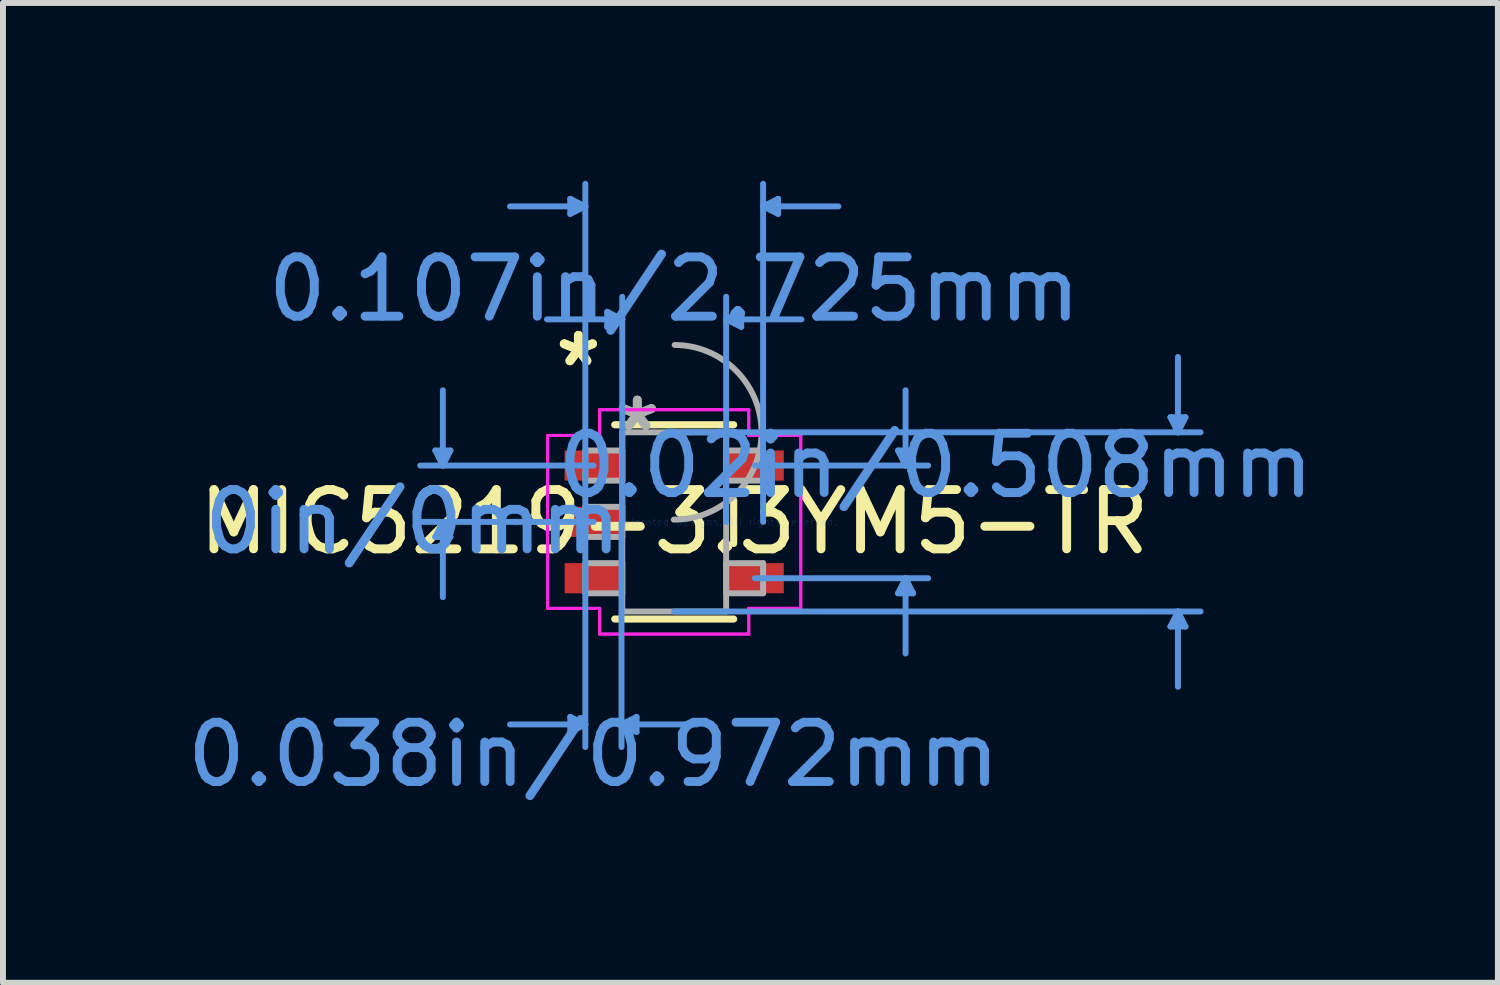
<source format=kicad_pcb>
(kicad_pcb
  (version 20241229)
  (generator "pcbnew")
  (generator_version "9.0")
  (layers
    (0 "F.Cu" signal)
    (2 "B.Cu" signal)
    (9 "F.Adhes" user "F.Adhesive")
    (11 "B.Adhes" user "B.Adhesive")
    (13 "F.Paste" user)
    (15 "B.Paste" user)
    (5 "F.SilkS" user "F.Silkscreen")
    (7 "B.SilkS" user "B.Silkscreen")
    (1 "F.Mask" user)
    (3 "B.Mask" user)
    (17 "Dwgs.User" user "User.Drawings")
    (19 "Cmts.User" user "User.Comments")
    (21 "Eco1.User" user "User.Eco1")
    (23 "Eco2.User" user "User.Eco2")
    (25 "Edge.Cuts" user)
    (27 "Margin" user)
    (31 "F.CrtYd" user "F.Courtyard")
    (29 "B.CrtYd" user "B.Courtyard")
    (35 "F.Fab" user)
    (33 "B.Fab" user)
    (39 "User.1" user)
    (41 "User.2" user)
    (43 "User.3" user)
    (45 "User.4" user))
  (footprint "MIC5219-3.3YM5-TR"
    (layer "F.Cu")
    (at 8.321 5.752)
    (property "Reference" "MIC5219-3.3YM5-TR" (at 0 0 0) (layer "F.SilkS") (effects (font (size 1 1) (thickness 0.15))))
    (attr through_hole)
    (fp_line (start -1.003 1.638) (end 1.003 1.638) (stroke (width 0.12) (type solid)) (layer "F.SilkS"))
    (fp_line (start 1.003 -1.638) (end -1.003 -1.638) (stroke (width 0.12) (type solid)) (layer "F.SilkS"))
    (fp_line (start 1.003 0.363) (end 1.003 -0.363) (stroke (width 0.12) (type solid)) (layer "F.SilkS"))
    (fp_line (start -4.029 -1.204) (end -3.775 -1.204) (stroke (width 0.1) (type solid)) (layer "Cmts.User"))
    (fp_line (start -4.029 0.254) (end -3.775 0.254) (stroke (width 0.1) (type solid)) (layer "Cmts.User"))
    (fp_line (start -3.902 -0.95) (end -4.029 -1.204) (stroke (width 0.1) (type solid)) (layer "Cmts.User"))
    (fp_line (start -3.902 -0.95) (end -3.902 -2.22) (stroke (width 0.1) (type solid)) (layer "Cmts.User"))
    (fp_line (start -3.902 -0.95) (end -3.775 -1.204) (stroke (width 0.1) (type solid)) (layer "Cmts.User"))
    (fp_line (start -3.902 0) (end -4.029 0.254) (stroke (width 0.1) (type solid)) (layer "Cmts.User"))
    (fp_line (start -3.902 0) (end -3.902 1.27) (stroke (width 0.1) (type solid)) (layer "Cmts.User"))
    (fp_line (start -3.902 0) (end -3.775 0.254) (stroke (width 0.1) (type solid)) (layer "Cmts.User"))
    (fp_line (start -1.753 -5.448) (end -1.753 -5.194) (stroke (width 0.1) (type solid)) (layer "Cmts.User"))
    (fp_line (start -1.753 3.289) (end -1.753 3.543) (stroke (width 0.1) (type solid)) (layer "Cmts.User"))
    (fp_line (start -1.499 -5.321) (end -2.769 -5.321) (stroke (width 0.1) (type solid)) (layer "Cmts.User"))
    (fp_line (start -1.499 -5.321) (end -1.753 -5.448) (stroke (width 0.1) (type solid)) (layer "Cmts.User"))
    (fp_line (start -1.499 -5.321) (end -1.753 -5.194) (stroke (width 0.1) (type solid)) (layer "Cmts.User"))
    (fp_line (start -1.499 0) (end -1.499 -5.702) (stroke (width 0.1) (type solid)) (layer "Cmts.User"))
    (fp_line (start -1.499 0) (end -1.499 3.797) (stroke (width 0.1) (type solid)) (layer "Cmts.User"))
    (fp_line (start -1.499 3.416) (end -2.769 3.416) (stroke (width 0.1) (type solid)) (layer "Cmts.User"))
    (fp_line (start -1.499 3.416) (end -1.753 3.289) (stroke (width 0.1) (type solid)) (layer "Cmts.User"))
    (fp_line (start -1.499 3.416) (end -1.753 3.543) (stroke (width 0.1) (type solid)) (layer "Cmts.User"))
    (fp_line (start -1.362 -0.95) (end -4.283 -0.95) (stroke (width 0.1) (type solid)) (layer "Cmts.User"))
    (fp_line (start -1.362 0) (end -4.283 0) (stroke (width 0.1) (type solid)) (layer "Cmts.User"))
    (fp_line (start -1.13 -3.543) (end -1.13 -3.289) (stroke (width 0.1) (type solid)) (layer "Cmts.User"))
    (fp_line (start -0.889 0) (end -0.889 3.797) (stroke (width 0.1) (type solid)) (layer "Cmts.User"))
    (fp_line (start -0.889 3.416) (end -0.635 3.289) (stroke (width 0.1) (type solid)) (layer "Cmts.User"))
    (fp_line (start -0.889 3.416) (end -0.635 3.543) (stroke (width 0.1) (type solid)) (layer "Cmts.User"))
    (fp_line (start -0.889 3.416) (end 0.381 3.416) (stroke (width 0.1) (type solid)) (layer "Cmts.User"))
    (fp_line (start -0.876 -3.416) (end -2.146 -3.416) (stroke (width 0.1) (type solid)) (layer "Cmts.User"))
    (fp_line (start -0.876 -3.416) (end -1.13 -3.543) (stroke (width 0.1) (type solid)) (layer "Cmts.User"))
    (fp_line (start -0.876 -3.416) (end -1.13 -3.289) (stroke (width 0.1) (type solid)) (layer "Cmts.User"))
    (fp_line (start -0.876 0) (end -0.876 -3.797) (stroke (width 0.1) (type solid)) (layer "Cmts.User"))
    (fp_line (start -0.635 3.289) (end -0.635 3.543) (stroke (width 0.1) (type solid)) (layer "Cmts.User"))
    (fp_line (start 0 -1.511) (end 8.877 -1.511) (stroke (width 0.1) (type solid)) (layer "Cmts.User"))
    (fp_line (start 0 1.511) (end 8.877 1.511) (stroke (width 0.1) (type solid)) (layer "Cmts.User"))
    (fp_line (start 0.876 -3.416) (end 1.13 -3.543) (stroke (width 0.1) (type solid)) (layer "Cmts.User"))
    (fp_line (start 0.876 -3.416) (end 1.13 -3.289) (stroke (width 0.1) (type solid)) (layer "Cmts.User"))
    (fp_line (start 0.876 -3.416) (end 2.146 -3.416) (stroke (width 0.1) (type solid)) (layer "Cmts.User"))
    (fp_line (start 0.876 0) (end 0.876 -3.797) (stroke (width 0.1) (type solid)) (layer "Cmts.User"))
    (fp_line (start 1.13 -3.543) (end 1.13 -3.289) (stroke (width 0.1) (type solid)) (layer "Cmts.User"))
    (fp_line (start 1.362 -0.95) (end 4.283 -0.95) (stroke (width 0.1) (type solid)) (layer "Cmts.User"))
    (fp_line (start 1.362 0.95) (end 4.283 0.95) (stroke (width 0.1) (type solid)) (layer "Cmts.User"))
    (fp_line (start 1.499 -5.321) (end 1.753 -5.448) (stroke (width 0.1) (type solid)) (layer "Cmts.User"))
    (fp_line (start 1.499 -5.321) (end 1.753 -5.194) (stroke (width 0.1) (type solid)) (layer "Cmts.User"))
    (fp_line (start 1.499 -5.321) (end 2.769 -5.321) (stroke (width 0.1) (type solid)) (layer "Cmts.User"))
    (fp_line (start 1.499 0) (end 1.499 -5.702) (stroke (width 0.1) (type solid)) (layer "Cmts.User"))
    (fp_line (start 1.753 -5.448) (end 1.753 -5.194) (stroke (width 0.1) (type solid)) (layer "Cmts.User"))
    (fp_line (start 3.775 -1.204) (end 4.029 -1.204) (stroke (width 0.1) (type solid)) (layer "Cmts.User"))
    (fp_line (start 3.775 1.204) (end 4.029 1.204) (stroke (width 0.1) (type solid)) (layer "Cmts.User"))
    (fp_line (start 3.902 -0.95) (end 3.775 -1.204) (stroke (width 0.1) (type solid)) (layer "Cmts.User"))
    (fp_line (start 3.902 -0.95) (end 3.902 -2.22) (stroke (width 0.1) (type solid)) (layer "Cmts.User"))
    (fp_line (start 3.902 -0.95) (end 4.029 -1.204) (stroke (width 0.1) (type solid)) (layer "Cmts.User"))
    (fp_line (start 3.902 0.95) (end 3.775 1.204) (stroke (width 0.1) (type solid)) (layer "Cmts.User"))
    (fp_line (start 3.902 0.95) (end 3.902 2.22) (stroke (width 0.1) (type solid)) (layer "Cmts.User"))
    (fp_line (start 3.902 0.95) (end 4.029 1.204) (stroke (width 0.1) (type solid)) (layer "Cmts.User"))
    (fp_line (start 8.369 -1.765) (end 8.623 -1.765) (stroke (width 0.1) (type solid)) (layer "Cmts.User"))
    (fp_line (start 8.369 1.765) (end 8.623 1.765) (stroke (width 0.1) (type solid)) (layer "Cmts.User"))
    (fp_line (start 8.496 -1.511) (end 8.369 -1.765) (stroke (width 0.1) (type solid)) (layer "Cmts.User"))
    (fp_line (start 8.496 -1.511) (end 8.496 -2.781) (stroke (width 0.1) (type solid)) (layer "Cmts.User"))
    (fp_line (start 8.496 -1.511) (end 8.623 -1.765) (stroke (width 0.1) (type solid)) (layer "Cmts.User"))
    (fp_line (start 8.496 1.511) (end 8.369 1.765) (stroke (width 0.1) (type solid)) (layer "Cmts.User"))
    (fp_line (start 8.496 1.511) (end 8.496 2.781) (stroke (width 0.1) (type solid)) (layer "Cmts.User"))
    (fp_line (start 8.496 1.511) (end 8.623 1.765) (stroke (width 0.1) (type solid)) (layer "Cmts.User"))
    (fp_line (start -2.134 -1.458) (end -1.257 -1.458) (stroke (width 0.05) (type solid)) (layer "F.CrtYd"))
    (fp_line (start -2.134 -1.458) (end -1.257 -1.458) (stroke (width 0.05) (type solid)) (layer "F.CrtYd"))
    (fp_line (start -2.134 1.458) (end -2.134 -1.458) (stroke (width 0.05) (type solid)) (layer "F.CrtYd"))
    (fp_line (start -2.134 1.458) (end -2.134 -1.458) (stroke (width 0.05) (type solid)) (layer "F.CrtYd"))
    (fp_line (start -1.257 -1.892) (end 1.257 -1.892) (stroke (width 0.05) (type solid)) (layer "F.CrtYd"))
    (fp_line (start -1.257 -1.892) (end 1.257 -1.892) (stroke (width 0.05) (type solid)) (layer "F.CrtYd"))
    (fp_line (start -1.257 -1.458) (end -1.257 -1.892) (stroke (width 0.05) (type solid)) (layer "F.CrtYd"))
    (fp_line (start -1.257 -1.458) (end -1.257 -1.892) (stroke (width 0.05) (type solid)) (layer "F.CrtYd"))
    (fp_line (start -1.257 1.458) (end -2.134 1.458) (stroke (width 0.05) (type solid)) (layer "F.CrtYd"))
    (fp_line (start -1.257 1.458) (end -2.134 1.458) (stroke (width 0.05) (type solid)) (layer "F.CrtYd"))
    (fp_line (start -1.257 1.892) (end -1.257 1.458) (stroke (width 0.05) (type solid)) (layer "F.CrtYd"))
    (fp_line (start -1.257 1.892) (end -1.257 1.458) (stroke (width 0.05) (type solid)) (layer "F.CrtYd"))
    (fp_line (start 1.257 -1.892) (end 1.257 -1.458) (stroke (width 0.05) (type solid)) (layer "F.CrtYd"))
    (fp_line (start 1.257 -1.892) (end 1.257 -1.458) (stroke (width 0.05) (type solid)) (layer "F.CrtYd"))
    (fp_line (start 1.257 -1.458) (end 2.134 -1.458) (stroke (width 0.05) (type solid)) (layer "F.CrtYd"))
    (fp_line (start 1.257 -1.458) (end 2.134 -1.458) (stroke (width 0.05) (type solid)) (layer "F.CrtYd"))
    (fp_line (start 1.257 1.458) (end 1.257 1.892) (stroke (width 0.05) (type solid)) (layer "F.CrtYd"))
    (fp_line (start 1.257 1.458) (end 1.257 1.892) (stroke (width 0.05) (type solid)) (layer "F.CrtYd"))
    (fp_line (start 1.257 1.892) (end -1.257 1.892) (stroke (width 0.05) (type solid)) (layer "F.CrtYd"))
    (fp_line (start 1.257 1.892) (end -1.257 1.892) (stroke (width 0.05) (type solid)) (layer "F.CrtYd"))
    (fp_line (start 2.134 -1.458) (end 2.134 1.458) (stroke (width 0.05) (type solid)) (layer "F.CrtYd"))
    (fp_line (start 2.134 -1.458) (end 2.134 1.458) (stroke (width 0.05) (type solid)) (layer "F.CrtYd"))
    (fp_line (start 2.134 1.458) (end 1.257 1.458) (stroke (width 0.05) (type solid)) (layer "F.CrtYd"))
    (fp_line (start 2.134 1.458) (end 1.257 1.458) (stroke (width 0.05) (type solid)) (layer "F.CrtYd"))
    (fp_line (start -1.499 -1.204) (end -1.499 -0.696) (stroke (width 0.1) (type solid)) (layer "F.Fab"))
    (fp_line (start -1.499 -0.696) (end -0.876 -0.696) (stroke (width 0.1) (type solid)) (layer "F.Fab"))
    (fp_line (start -1.499 -0.254) (end -1.499 0.254) (stroke (width 0.1) (type solid)) (layer "F.Fab"))
    (fp_line (start -1.499 0.254) (end -0.876 0.254) (stroke (width 0.1) (type solid)) (layer "F.Fab"))
    (fp_line (start -1.499 0.696) (end -1.499 1.204) (stroke (width 0.1) (type solid)) (layer "F.Fab"))
    (fp_line (start -1.499 1.204) (end -0.876 1.204) (stroke (width 0.1) (type solid)) (layer "F.Fab"))
    (fp_line (start -0.876 -1.511) (end -0.876 1.511) (stroke (width 0.1) (type solid)) (layer "F.Fab"))
    (fp_line (start -0.876 -1.204) (end -1.499 -1.204) (stroke (width 0.1) (type solid)) (layer "F.Fab"))
    (fp_line (start -0.876 -0.696) (end -0.876 -1.204) (stroke (width 0.1) (type solid)) (layer "F.Fab"))
    (fp_line (start -0.876 -0.254) (end -1.499 -0.254) (stroke (width 0.1) (type solid)) (layer "F.Fab"))
    (fp_line (start -0.876 0.254) (end -0.876 -0.254) (stroke (width 0.1) (type solid)) (layer "F.Fab"))
    (fp_line (start -0.876 0.696) (end -1.499 0.696) (stroke (width 0.1) (type solid)) (layer "F.Fab"))
    (fp_line (start -0.876 1.204) (end -0.876 0.696) (stroke (width 0.1) (type solid)) (layer "F.Fab"))
    (fp_line (start -0.876 1.511) (end 0.876 1.511) (stroke (width 0.1) (type solid)) (layer "F.Fab"))
    (fp_line (start 0.876 -1.511) (end -0.876 -1.511) (stroke (width 0.1) (type solid)) (layer "F.Fab"))
    (fp_line (start 0.876 -1.204) (end 0.876 -0.696) (stroke (width 0.1) (type solid)) (layer "F.Fab"))
    (fp_line (start 0.876 -0.696) (end 1.499 -0.696) (stroke (width 0.1) (type solid)) (layer "F.Fab"))
    (fp_line (start 0.876 0.696) (end 0.876 1.204) (stroke (width 0.1) (type solid)) (layer "F.Fab"))
    (fp_line (start 0.876 1.204) (end 1.499 1.204) (stroke (width 0.1) (type solid)) (layer "F.Fab"))
    (fp_line (start 0.876 1.511) (end 0.876 -1.511) (stroke (width 0.1) (type solid)) (layer "F.Fab"))
    (fp_line (start 1.499 -1.204) (end 0.876 -1.204) (stroke (width 0.1) (type solid)) (layer "F.Fab"))
    (fp_line (start 1.499 -0.696) (end 1.499 -1.204) (stroke (width 0.1) (type solid)) (layer "F.Fab"))
    (fp_line (start 1.499 0.696) (end 0.876 0.696) (stroke (width 0.1) (type solid)) (layer "F.Fab"))
    (fp_line (start 1.499 1.204) (end 1.499 0.696) (stroke (width 0.1) (type solid)) (layer "F.Fab"))
    (fp_arc (start 0.007742 -2.984213) (mid 1.472913 -1.503558) (end -0.007742 -0.038387) (stroke (width 0.1) (type solid)) (layer "F.Fab"))
    (fp_text user "*" (at -1.616 -2.601 0) (layer "F.SilkS") (effects (font (size 1 1) (thickness 0.15))))
    (fp_text user "*" (at -1.616 -2.601 0) (layer "F.SilkS") (effects (font (size 1 1) (thickness 0.15))))
    (fp_text user "Copyright 2021 Accelerated Designs. All rights reserved." (at 0 0 0) (layer "Cmts.User") (effects (font (size 0.127 0.127) (thickness 0.002))))
    (fp_text user "0.038in/0.972mm" (at -1.362 3.924 0) (layer "Cmts.User") (effects (font (size 1 1) (thickness 0.15))))
    (fp_text user "0.02in/0.508mm" (at 4.41 -0.95 0) (layer "Cmts.User") (effects (font (size 1 1) (thickness 0.15))))
    (fp_text user "0in/0mm" (at -4.41 0 0) (layer "Cmts.User") (effects (font (size 1 1) (thickness 0.15))))
    (fp_text user "0.107in/2.725mm" (at 0 -3.924 0) (layer "Cmts.User") (effects (font (size 1 1) (thickness 0.15))))
    (fp_text user "*" (at -0.622 -1.509 0) (layer "F.Fab") (effects (font (size 1 1) (thickness 0.15))))
    (fp_text user "*" (at -0.622 -1.509 0) (layer "F.Fab") (effects (font (size 1 1) (thickness 0.15))))
    (pad "1" smd rect (at -1.362 -0.95) (size 0.972 0.508) (layers "F.Cu" "F.Mask" "F.Paste"))
    (pad "2" smd rect (at -1.362 0) (size 0.972 0.508) (layers "F.Cu" "F.Mask" "F.Paste"))
    (pad "3" smd rect (at -1.362 0.95) (size 0.972 0.508) (layers "F.Cu" "F.Mask" "F.Paste"))
    (pad "4" smd rect (at 1.362 0.95) (size 0.972 0.508) (layers "F.Cu" "F.Mask" "F.Paste"))
    (pad "5" smd rect (at 1.362 -0.95) (size 0.972 0.508) (layers "F.Cu" "F.Mask" "F.Paste")))
  (gr_rect
    (start -3 -3)
    (end 22.213 13.525)
    (stroke (width 0.1) (type default))
    (fill no)
    (layer "Edge.Cuts")))
</source>
